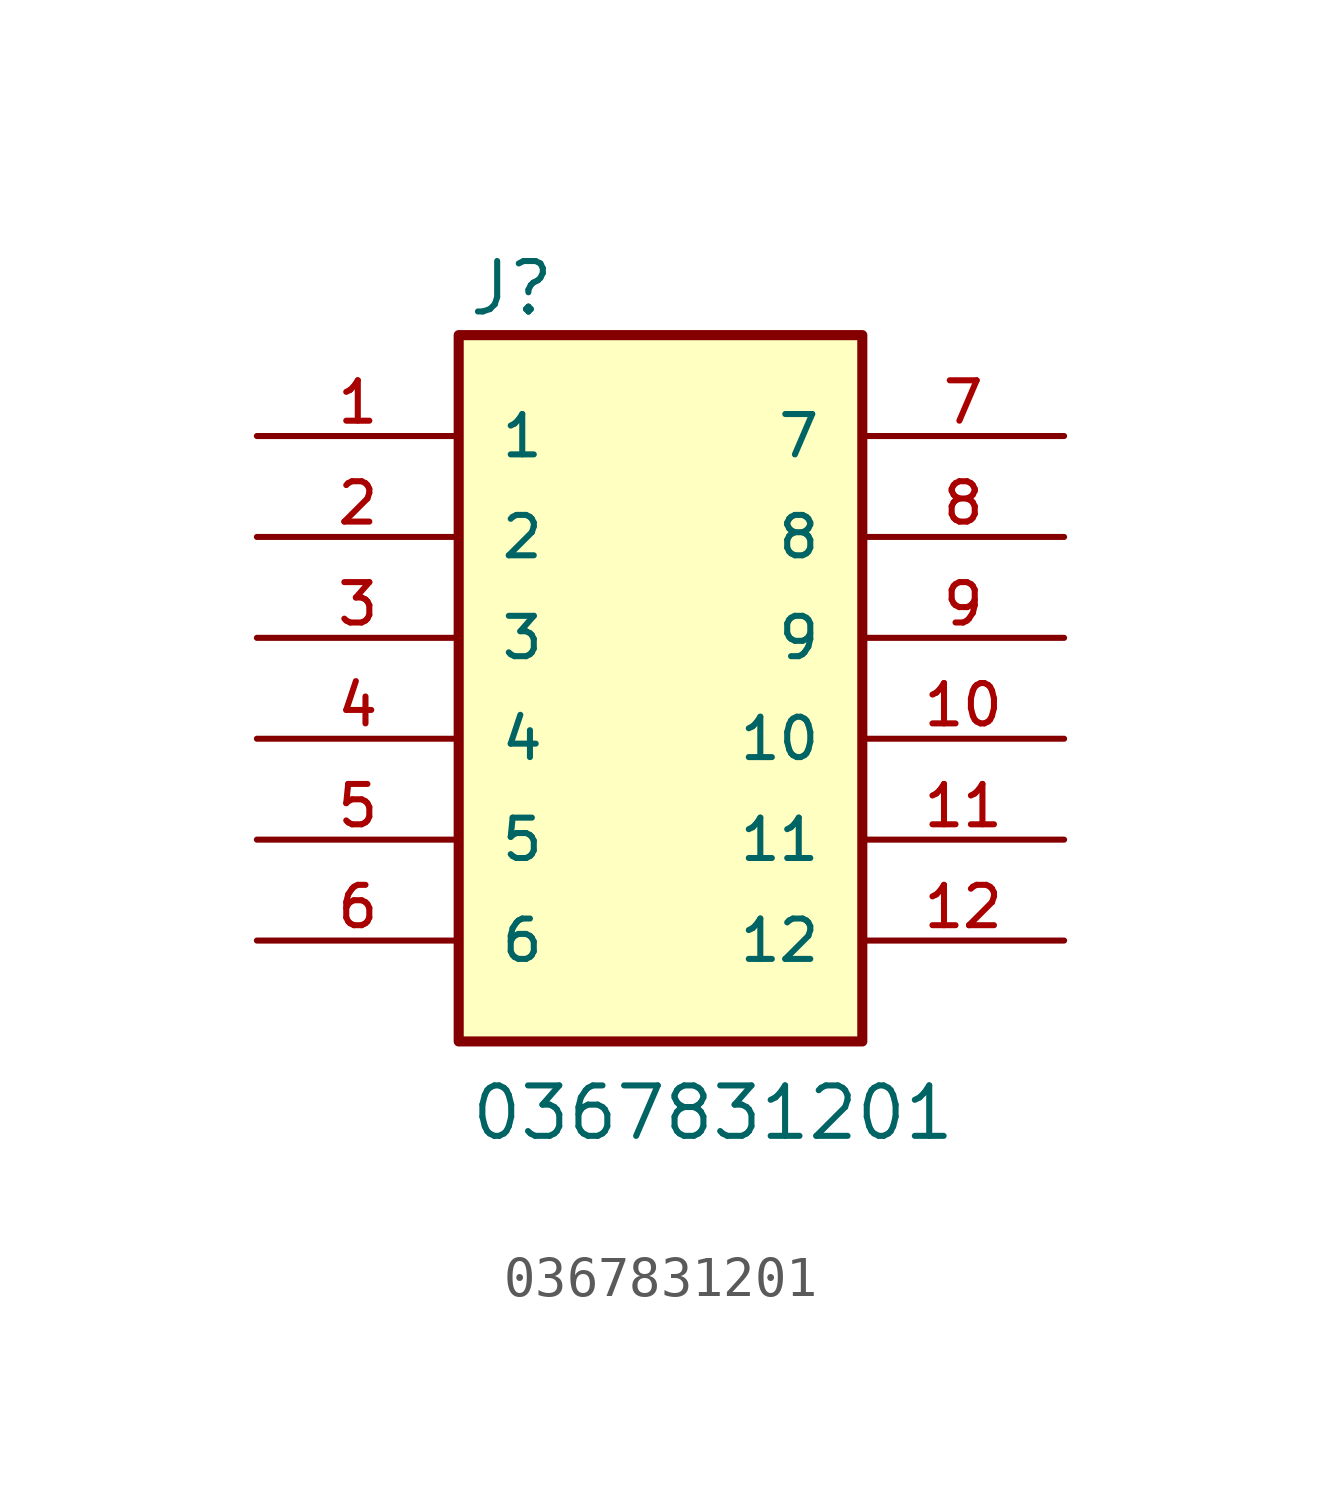
<source format=kicad_sym>
(kicad_symbol_lib
  (version 20211014)
  (generator kicad_symbol_editor)
  (symbol "0367831201"
    (pin_names
      (offset 1.016))
    (property "Reference" "J"
      (at -4.877 8.052 0)
      (effects (font (size 1.27 1.27)) (justify bottom left)))
    (property "Value" "0367831201"
      (at -4.826 -12.7 0)
      (effects (font (size 1.27 1.27)) (justify bottom left)))
    (symbol "0367831201_0_0"
      (rectangle (start -5.08 -10.16) (end 5.08 7.62) (stroke (width 0.254)) (fill (type background)))
      (pin passive line (at -10.16 2.54 0) (length 5.08) (name "2" (effects (font (size 1.016 1.016)))) (number "2" (effects (font (size 1.016 1.016)))))
      (pin passive line (at -10.16 5.08 0) (length 5.08) (name "1" (effects (font (size 1.016 1.016)))) (number "1" (effects (font (size 1.016 1.016)))))
      (pin passive line (at -10.16 0.0 0) (length 5.08) (name "3" (effects (font (size 1.016 1.016)))) (number "3" (effects (font (size 1.016 1.016)))))
      (pin passive line (at -10.16 -2.54 0) (length 5.08) (name "4" (effects (font (size 1.016 1.016)))) (number "4" (effects (font (size 1.016 1.016)))))
      (pin passive line (at -10.16 -7.62 0) (length 5.08) (name "6" (effects (font (size 1.016 1.016)))) (number "6" (effects (font (size 1.016 1.016)))))
      (pin passive line (at -10.16 -5.08 0) (length 5.08) (name "5" (effects (font (size 1.016 1.016)))) (number "5" (effects (font (size 1.016 1.016)))))
      (pin passive line (at 10.16 5.08 180.0) (length 5.08) (name "7" (effects (font (size 1.016 1.016)))) (number "7" (effects (font (size 1.016 1.016)))))
      (pin passive line (at 10.16 2.54 180.0) (length 5.08) (name "8" (effects (font (size 1.016 1.016)))) (number "8" (effects (font (size 1.016 1.016)))))
      (pin passive line (at 10.16 0.0 180.0) (length 5.08) (name "9" (effects (font (size 1.016 1.016)))) (number "9" (effects (font (size 1.016 1.016)))))
      (pin passive line (at 10.16 -2.54 180.0) (length 5.08) (name "10" (effects (font (size 1.016 1.016)))) (number "10" (effects (font (size 1.016 1.016)))))
      (pin passive line (at 10.16 -5.08 180.0) (length 5.08) (name "11" (effects (font (size 1.016 1.016)))) (number "11" (effects (font (size 1.016 1.016)))))
      (pin passive line (at 10.16 -7.62 180.0) (length 5.08) (name "12" (effects (font (size 1.016 1.016)))) (number "12" (effects (font (size 1.016 1.016))))))))
</source>
